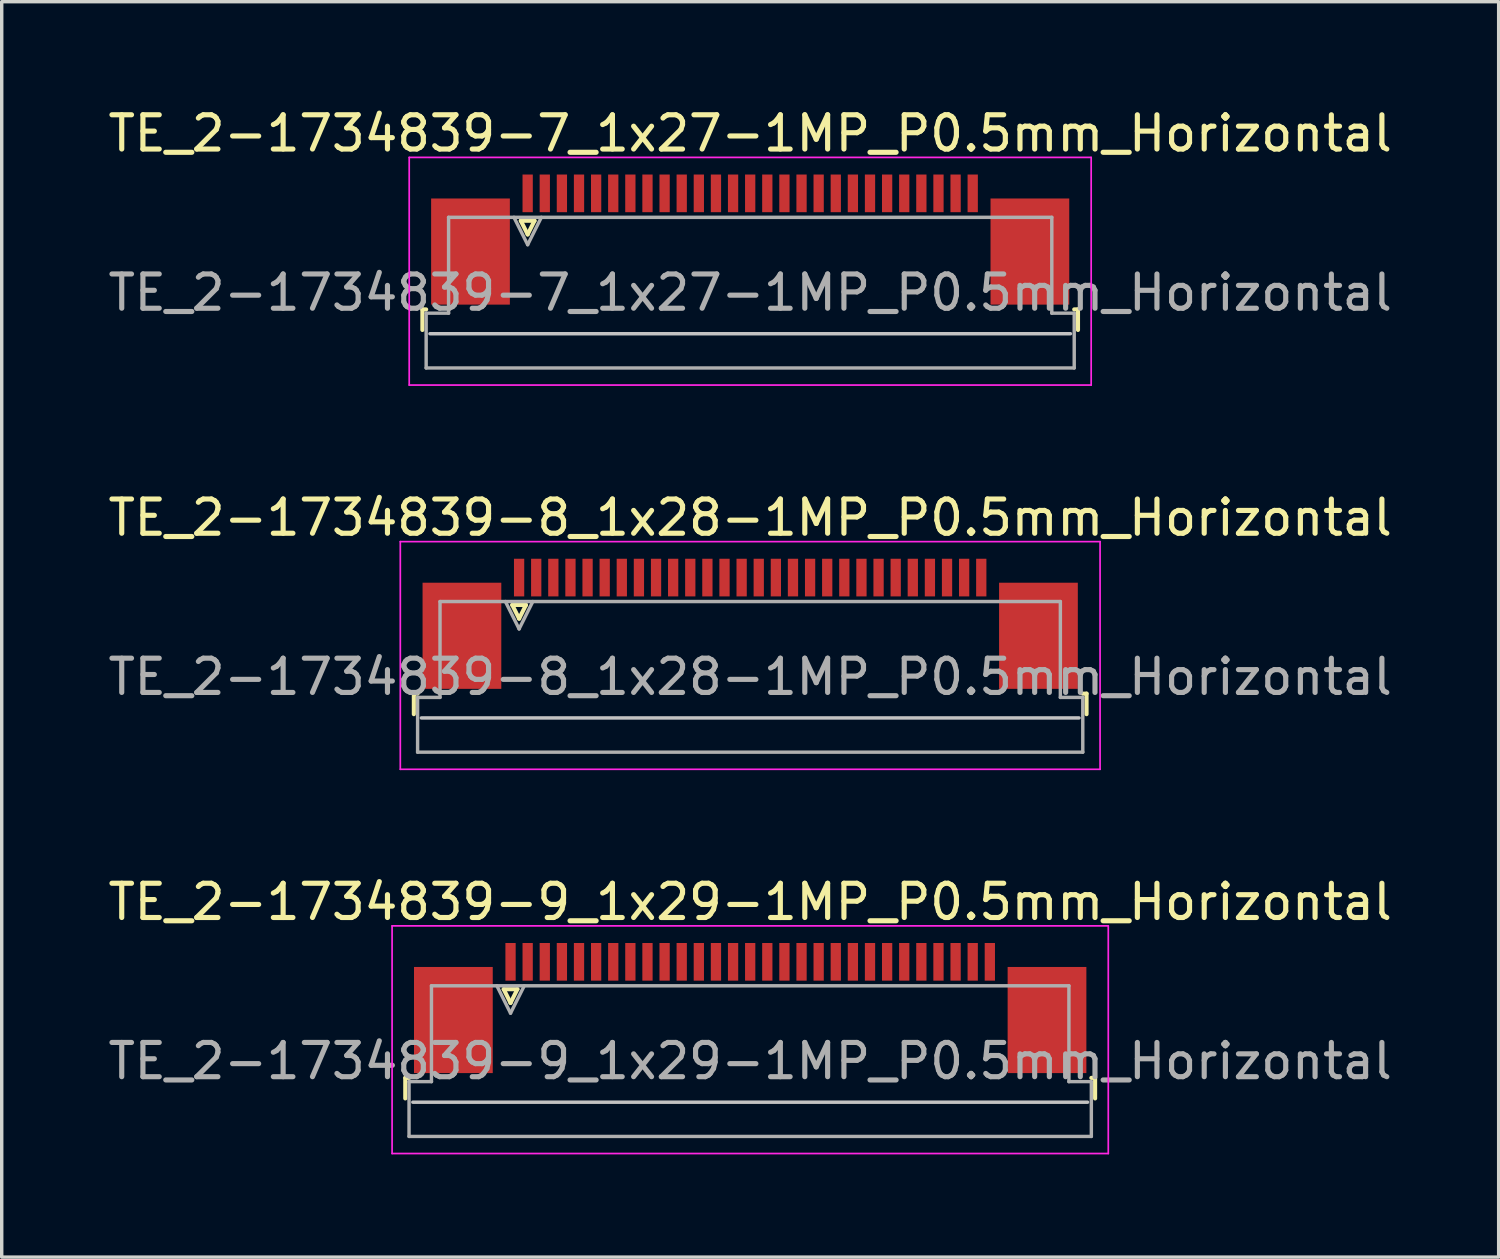
<source format=kicad_pcb>
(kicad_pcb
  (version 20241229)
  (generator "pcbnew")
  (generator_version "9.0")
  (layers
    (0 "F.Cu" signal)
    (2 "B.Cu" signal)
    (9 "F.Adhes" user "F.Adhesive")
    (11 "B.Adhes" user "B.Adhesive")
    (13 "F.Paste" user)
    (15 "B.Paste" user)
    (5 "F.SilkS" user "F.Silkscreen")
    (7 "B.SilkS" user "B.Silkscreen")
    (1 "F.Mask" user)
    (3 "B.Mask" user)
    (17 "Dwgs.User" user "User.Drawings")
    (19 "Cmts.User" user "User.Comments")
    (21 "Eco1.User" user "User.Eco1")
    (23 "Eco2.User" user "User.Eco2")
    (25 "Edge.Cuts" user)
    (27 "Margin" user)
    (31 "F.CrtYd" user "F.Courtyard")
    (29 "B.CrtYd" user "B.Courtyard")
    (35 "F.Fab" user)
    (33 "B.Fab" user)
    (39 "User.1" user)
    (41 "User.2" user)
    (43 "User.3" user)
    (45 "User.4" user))
  (footprint "TE_2-1734839-7_1x27-1MP_P0.5mm_Horizontal"
    (layer "F.Cu")
    (at 18.863 3.948)
    (property "Reference" "TE_2-1734839-7_1x27-1MP_P0.5mm_Horizontal" (at 0 -3.1 0) (layer "F.SilkS") (effects (font (size 1 1) (thickness 0.15))))
    (attr smd)
    (fp_line (start -9.575 2.04) (end -9.575 2.64) (stroke (width 0.12) (type solid)) (layer "F.SilkS"))
    (fp_line (start -9.465 2.04) (end -9.575 2.04) (stroke (width 0.12) (type solid)) (layer "F.SilkS"))
    (fp_line (start -6.7 -0.55) (end -6.5 -0.15) (stroke (width 0.12) (type solid)) (layer "F.SilkS"))
    (fp_line (start -6.5 -0.15) (end -6.3 -0.55) (stroke (width 0.12) (type solid)) (layer "F.SilkS"))
    (fp_line (start -6.3 -0.55) (end -6.7 -0.55) (stroke (width 0.12) (type solid)) (layer "F.SilkS"))
    (fp_line (start 9.465 2.04) (end 9.575 2.04) (stroke (width 0.12) (type solid)) (layer "F.SilkS"))
    (fp_line (start 9.575 2.04) (end 9.575 2.64) (stroke (width 0.12) (type solid)) (layer "F.SilkS"))
    (fp_line (start 9.355 2.75) (end -9.355 2.75) (stroke (width 0.1) (type solid)) (layer "Dwgs.User"))
    (fp_line (start -9.96 -2.4) (end -9.96 4.25) (stroke (width 0.05) (type solid)) (layer "F.CrtYd"))
    (fp_line (start -9.96 4.25) (end 9.96 4.25) (stroke (width 0.05) (type solid)) (layer "F.CrtYd"))
    (fp_line (start 9.96 -2.4) (end -9.96 -2.4) (stroke (width 0.05) (type solid)) (layer "F.CrtYd"))
    (fp_line (start 9.96 4.25) (end 9.96 -2.4) (stroke (width 0.05) (type solid)) (layer "F.CrtYd"))
    (fp_line (start -9.465 2.15) (end -8.81 2.15) (stroke (width 0.1) (type solid)) (layer "F.Fab"))
    (fp_line (start -9.465 3.75) (end -9.465 2.15) (stroke (width 0.1) (type solid)) (layer "F.Fab"))
    (fp_line (start -8.81 -0.65) (end 8.81 -0.65) (stroke (width 0.1) (type solid)) (layer "F.Fab"))
    (fp_line (start -8.81 2.15) (end -8.81 -0.65) (stroke (width 0.1) (type solid)) (layer "F.Fab"))
    (fp_line (start -6.9 -0.65) (end -6.5 0.15) (stroke (width 0.1) (type solid)) (layer "F.Fab"))
    (fp_line (start -6.5 0.15) (end -6.1 -0.65) (stroke (width 0.1) (type solid)) (layer "F.Fab"))
    (fp_line (start 8.81 -0.65) (end 8.81 2.15) (stroke (width 0.1) (type solid)) (layer "F.Fab"))
    (fp_line (start 8.81 2.15) (end 9.465 2.15) (stroke (width 0.1) (type solid)) (layer "F.Fab"))
    (fp_line (start 9.465 2.15) (end 9.465 3.75) (stroke (width 0.1) (type solid)) (layer "F.Fab"))
    (fp_line (start 9.465 3.75) (end -9.465 3.75) (stroke (width 0.1) (type solid)) (layer "F.Fab"))
    (fp_text user "${REFERENCE}" (at 0 1.55 0) (layer "F.Fab") (effects (font (size 1 1) (thickness 0.15))))
    (pad "1" smd rect (at -6.5 -1.35) (size 0.3 1.1) (layers "F.Cu" "F.Mask" "F.Paste"))
    (pad "2" smd rect (at -6 -1.35) (size 0.3 1.1) (layers "F.Cu" "F.Mask" "F.Paste"))
    (pad "3" smd rect (at -5.5 -1.35) (size 0.3 1.1) (layers "F.Cu" "F.Mask" "F.Paste"))
    (pad "4" smd rect (at -5 -1.35) (size 0.3 1.1) (layers "F.Cu" "F.Mask" "F.Paste"))
    (pad "5" smd rect (at -4.5 -1.35) (size 0.3 1.1) (layers "F.Cu" "F.Mask" "F.Paste"))
    (pad "6" smd rect (at -4 -1.35) (size 0.3 1.1) (layers "F.Cu" "F.Mask" "F.Paste"))
    (pad "7" smd rect (at -3.5 -1.35) (size 0.3 1.1) (layers "F.Cu" "F.Mask" "F.Paste"))
    (pad "8" smd rect (at -3 -1.35) (size 0.3 1.1) (layers "F.Cu" "F.Mask" "F.Paste"))
    (pad "9" smd rect (at -2.5 -1.35) (size 0.3 1.1) (layers "F.Cu" "F.Mask" "F.Paste"))
    (pad "10" smd rect (at -2 -1.35) (size 0.3 1.1) (layers "F.Cu" "F.Mask" "F.Paste"))
    (pad "11" smd rect (at -1.5 -1.35) (size 0.3 1.1) (layers "F.Cu" "F.Mask" "F.Paste"))
    (pad "12" smd rect (at -1 -1.35) (size 0.3 1.1) (layers "F.Cu" "F.Mask" "F.Paste"))
    (pad "13" smd rect (at -0.5 -1.35) (size 0.3 1.1) (layers "F.Cu" "F.Mask" "F.Paste"))
    (pad "14" smd rect (at 0 -1.35) (size 0.3 1.1) (layers "F.Cu" "F.Mask" "F.Paste"))
    (pad "15" smd rect (at 0.5 -1.35) (size 0.3 1.1) (layers "F.Cu" "F.Mask" "F.Paste"))
    (pad "16" smd rect (at 1 -1.35) (size 0.3 1.1) (layers "F.Cu" "F.Mask" "F.Paste"))
    (pad "17" smd rect (at 1.5 -1.35) (size 0.3 1.1) (layers "F.Cu" "F.Mask" "F.Paste"))
    (pad "18" smd rect (at 2 -1.35) (size 0.3 1.1) (layers "F.Cu" "F.Mask" "F.Paste"))
    (pad "19" smd rect (at 2.5 -1.35) (size 0.3 1.1) (layers "F.Cu" "F.Mask" "F.Paste"))
    (pad "20" smd rect (at 3 -1.35) (size 0.3 1.1) (layers "F.Cu" "F.Mask" "F.Paste"))
    (pad "21" smd rect (at 3.5 -1.35) (size 0.3 1.1) (layers "F.Cu" "F.Mask" "F.Paste"))
    (pad "22" smd rect (at 4 -1.35) (size 0.3 1.1) (layers "F.Cu" "F.Mask" "F.Paste"))
    (pad "23" smd rect (at 4.5 -1.35) (size 0.3 1.1) (layers "F.Cu" "F.Mask" "F.Paste"))
    (pad "24" smd rect (at 5 -1.35) (size 0.3 1.1) (layers "F.Cu" "F.Mask" "F.Paste"))
    (pad "25" smd rect (at 5.5 -1.35) (size 0.3 1.1) (layers "F.Cu" "F.Mask" "F.Paste"))
    (pad "26" smd rect (at 6 -1.35) (size 0.3 1.1) (layers "F.Cu" "F.Mask" "F.Paste"))
    (pad "27" smd rect (at 6.5 -1.35) (size 0.3 1.1) (layers "F.Cu" "F.Mask" "F.Paste"))
    (pad "MP" smd rect (at -8.17 0.35) (size 2.3 3.1) (layers "F.Cu" "F.Mask" "F.Paste"))
    (pad "MP" smd rect (at 8.17 0.35) (size 2.3 3.1) (layers "F.Cu" "F.Mask" "F.Paste")))
  (footprint "TE_2-1734839-8_1x28-1MP_P0.5mm_Horizontal"
    (layer "F.Cu")
    (at 18.863 15.171)
    (property "Reference" "TE_2-1734839-8_1x28-1MP_P0.5mm_Horizontal" (at 0 -3.1 0) (layer "F.SilkS") (effects (font (size 1 1) (thickness 0.15))))
    (attr smd)
    (fp_line (start -9.825 2.04) (end -9.825 2.64) (stroke (width 0.12) (type solid)) (layer "F.SilkS"))
    (fp_line (start -9.715 2.04) (end -9.825 2.04) (stroke (width 0.12) (type solid)) (layer "F.SilkS"))
    (fp_line (start -6.95 -0.55) (end -6.75 -0.15) (stroke (width 0.12) (type solid)) (layer "F.SilkS"))
    (fp_line (start -6.75 -0.15) (end -6.55 -0.55) (stroke (width 0.12) (type solid)) (layer "F.SilkS"))
    (fp_line (start -6.55 -0.55) (end -6.95 -0.55) (stroke (width 0.12) (type solid)) (layer "F.SilkS"))
    (fp_line (start 9.715 2.04) (end 9.825 2.04) (stroke (width 0.12) (type solid)) (layer "F.SilkS"))
    (fp_line (start 9.825 2.04) (end 9.825 2.64) (stroke (width 0.12) (type solid)) (layer "F.SilkS"))
    (fp_line (start 9.605 2.75) (end -9.605 2.75) (stroke (width 0.1) (type solid)) (layer "Dwgs.User"))
    (fp_line (start -10.22 -2.4) (end -10.22 4.25) (stroke (width 0.05) (type solid)) (layer "F.CrtYd"))
    (fp_line (start -10.22 4.25) (end 10.22 4.25) (stroke (width 0.05) (type solid)) (layer "F.CrtYd"))
    (fp_line (start 10.22 -2.4) (end -10.22 -2.4) (stroke (width 0.05) (type solid)) (layer "F.CrtYd"))
    (fp_line (start 10.22 4.25) (end 10.22 -2.4) (stroke (width 0.05) (type solid)) (layer "F.CrtYd"))
    (fp_line (start -9.715 2.15) (end -9.06 2.15) (stroke (width 0.1) (type solid)) (layer "F.Fab"))
    (fp_line (start -9.715 3.75) (end -9.715 2.15) (stroke (width 0.1) (type solid)) (layer "F.Fab"))
    (fp_line (start -9.06 -0.65) (end 9.06 -0.65) (stroke (width 0.1) (type solid)) (layer "F.Fab"))
    (fp_line (start -9.06 2.15) (end -9.06 -0.65) (stroke (width 0.1) (type solid)) (layer "F.Fab"))
    (fp_line (start -7.15 -0.65) (end -6.75 0.15) (stroke (width 0.1) (type solid)) (layer "F.Fab"))
    (fp_line (start -6.75 0.15) (end -6.35 -0.65) (stroke (width 0.1) (type solid)) (layer "F.Fab"))
    (fp_line (start 9.06 -0.65) (end 9.06 2.15) (stroke (width 0.1) (type solid)) (layer "F.Fab"))
    (fp_line (start 9.06 2.15) (end 9.715 2.15) (stroke (width 0.1) (type solid)) (layer "F.Fab"))
    (fp_line (start 9.715 2.15) (end 9.715 3.75) (stroke (width 0.1) (type solid)) (layer "F.Fab"))
    (fp_line (start 9.715 3.75) (end -9.715 3.75) (stroke (width 0.1) (type solid)) (layer "F.Fab"))
    (fp_text user "${REFERENCE}" (at 0 1.55 0) (layer "F.Fab") (effects (font (size 1 1) (thickness 0.15))))
    (pad "1" smd rect (at -6.75 -1.35) (size 0.3 1.1) (layers "F.Cu" "F.Mask" "F.Paste"))
    (pad "2" smd rect (at -6.25 -1.35) (size 0.3 1.1) (layers "F.Cu" "F.Mask" "F.Paste"))
    (pad "3" smd rect (at -5.75 -1.35) (size 0.3 1.1) (layers "F.Cu" "F.Mask" "F.Paste"))
    (pad "4" smd rect (at -5.25 -1.35) (size 0.3 1.1) (layers "F.Cu" "F.Mask" "F.Paste"))
    (pad "5" smd rect (at -4.75 -1.35) (size 0.3 1.1) (layers "F.Cu" "F.Mask" "F.Paste"))
    (pad "6" smd rect (at -4.25 -1.35) (size 0.3 1.1) (layers "F.Cu" "F.Mask" "F.Paste"))
    (pad "7" smd rect (at -3.75 -1.35) (size 0.3 1.1) (layers "F.Cu" "F.Mask" "F.Paste"))
    (pad "8" smd rect (at -3.25 -1.35) (size 0.3 1.1) (layers "F.Cu" "F.Mask" "F.Paste"))
    (pad "9" smd rect (at -2.75 -1.35) (size 0.3 1.1) (layers "F.Cu" "F.Mask" "F.Paste"))
    (pad "10" smd rect (at -2.25 -1.35) (size 0.3 1.1) (layers "F.Cu" "F.Mask" "F.Paste"))
    (pad "11" smd rect (at -1.75 -1.35) (size 0.3 1.1) (layers "F.Cu" "F.Mask" "F.Paste"))
    (pad "12" smd rect (at -1.25 -1.35) (size 0.3 1.1) (layers "F.Cu" "F.Mask" "F.Paste"))
    (pad "13" smd rect (at -0.75 -1.35) (size 0.3 1.1) (layers "F.Cu" "F.Mask" "F.Paste"))
    (pad "14" smd rect (at -0.25 -1.35) (size 0.3 1.1) (layers "F.Cu" "F.Mask" "F.Paste"))
    (pad "15" smd rect (at 0.25 -1.35) (size 0.3 1.1) (layers "F.Cu" "F.Mask" "F.Paste"))
    (pad "16" smd rect (at 0.75 -1.35) (size 0.3 1.1) (layers "F.Cu" "F.Mask" "F.Paste"))
    (pad "17" smd rect (at 1.25 -1.35) (size 0.3 1.1) (layers "F.Cu" "F.Mask" "F.Paste"))
    (pad "18" smd rect (at 1.75 -1.35) (size 0.3 1.1) (layers "F.Cu" "F.Mask" "F.Paste"))
    (pad "19" smd rect (at 2.25 -1.35) (size 0.3 1.1) (layers "F.Cu" "F.Mask" "F.Paste"))
    (pad "20" smd rect (at 2.75 -1.35) (size 0.3 1.1) (layers "F.Cu" "F.Mask" "F.Paste"))
    (pad "21" smd rect (at 3.25 -1.35) (size 0.3 1.1) (layers "F.Cu" "F.Mask" "F.Paste"))
    (pad "22" smd rect (at 3.75 -1.35) (size 0.3 1.1) (layers "F.Cu" "F.Mask" "F.Paste"))
    (pad "23" smd rect (at 4.25 -1.35) (size 0.3 1.1) (layers "F.Cu" "F.Mask" "F.Paste"))
    (pad "24" smd rect (at 4.75 -1.35) (size 0.3 1.1) (layers "F.Cu" "F.Mask" "F.Paste"))
    (pad "25" smd rect (at 5.25 -1.35) (size 0.3 1.1) (layers "F.Cu" "F.Mask" "F.Paste"))
    (pad "26" smd rect (at 5.75 -1.35) (size 0.3 1.1) (layers "F.Cu" "F.Mask" "F.Paste"))
    (pad "27" smd rect (at 6.25 -1.35) (size 0.3 1.1) (layers "F.Cu" "F.Mask" "F.Paste"))
    (pad "28" smd rect (at 6.75 -1.35) (size 0.3 1.1) (layers "F.Cu" "F.Mask" "F.Paste"))
    (pad "MP" smd rect (at -8.42 0.35) (size 2.3 3.1) (layers "F.Cu" "F.Mask" "F.Paste"))
    (pad "MP" smd rect (at 8.42 0.35) (size 2.3 3.1) (layers "F.Cu" "F.Mask" "F.Paste")))
  (footprint "TE_2-1734839-9_1x29-1MP_P0.5mm_Horizontal"
    (layer "F.Cu")
    (at 18.863 26.395)
    (property "Reference" "TE_2-1734839-9_1x29-1MP_P0.5mm_Horizontal" (at 0 -3.1 0) (layer "F.SilkS") (effects (font (size 1 1) (thickness 0.15))))
    (attr smd)
    (fp_line (start -10.075 2.04) (end -10.075 2.64) (stroke (width 0.12) (type solid)) (layer "F.SilkS"))
    (fp_line (start -9.965 2.04) (end -10.075 2.04) (stroke (width 0.12) (type solid)) (layer "F.SilkS"))
    (fp_line (start -7.2 -0.55) (end -7 -0.15) (stroke (width 0.12) (type solid)) (layer "F.SilkS"))
    (fp_line (start -7 -0.15) (end -6.8 -0.55) (stroke (width 0.12) (type solid)) (layer "F.SilkS"))
    (fp_line (start -6.8 -0.55) (end -7.2 -0.55) (stroke (width 0.12) (type solid)) (layer "F.SilkS"))
    (fp_line (start 9.965 2.04) (end 10.075 2.04) (stroke (width 0.12) (type solid)) (layer "F.SilkS"))
    (fp_line (start 10.075 2.04) (end 10.075 2.64) (stroke (width 0.12) (type solid)) (layer "F.SilkS"))
    (fp_line (start 9.855 2.75) (end -9.855 2.75) (stroke (width 0.1) (type solid)) (layer "Dwgs.User"))
    (fp_line (start -10.46 -2.4) (end -10.46 4.25) (stroke (width 0.05) (type solid)) (layer "F.CrtYd"))
    (fp_line (start -10.46 4.25) (end 10.46 4.25) (stroke (width 0.05) (type solid)) (layer "F.CrtYd"))
    (fp_line (start 10.46 -2.4) (end -10.46 -2.4) (stroke (width 0.05) (type solid)) (layer "F.CrtYd"))
    (fp_line (start 10.46 4.25) (end 10.46 -2.4) (stroke (width 0.05) (type solid)) (layer "F.CrtYd"))
    (fp_line (start -9.965 2.15) (end -9.31 2.15) (stroke (width 0.1) (type solid)) (layer "F.Fab"))
    (fp_line (start -9.965 3.75) (end -9.965 2.15) (stroke (width 0.1) (type solid)) (layer "F.Fab"))
    (fp_line (start -9.31 -0.65) (end 9.31 -0.65) (stroke (width 0.1) (type solid)) (layer "F.Fab"))
    (fp_line (start -9.31 2.15) (end -9.31 -0.65) (stroke (width 0.1) (type solid)) (layer "F.Fab"))
    (fp_line (start -7.4 -0.65) (end -7 0.15) (stroke (width 0.1) (type solid)) (layer "F.Fab"))
    (fp_line (start -7 0.15) (end -6.6 -0.65) (stroke (width 0.1) (type solid)) (layer "F.Fab"))
    (fp_line (start 9.31 -0.65) (end 9.31 2.15) (stroke (width 0.1) (type solid)) (layer "F.Fab"))
    (fp_line (start 9.31 2.15) (end 9.965 2.15) (stroke (width 0.1) (type solid)) (layer "F.Fab"))
    (fp_line (start 9.965 2.15) (end 9.965 3.75) (stroke (width 0.1) (type solid)) (layer "F.Fab"))
    (fp_line (start 9.965 3.75) (end -9.965 3.75) (stroke (width 0.1) (type solid)) (layer "F.Fab"))
    (fp_text user "${REFERENCE}" (at 0 1.55 0) (layer "F.Fab") (effects (font (size 1 1) (thickness 0.15))))
    (pad "1" smd rect (at -7 -1.35) (size 0.3 1.1) (layers "F.Cu" "F.Mask" "F.Paste"))
    (pad "2" smd rect (at -6.5 -1.35) (size 0.3 1.1) (layers "F.Cu" "F.Mask" "F.Paste"))
    (pad "3" smd rect (at -6 -1.35) (size 0.3 1.1) (layers "F.Cu" "F.Mask" "F.Paste"))
    (pad "4" smd rect (at -5.5 -1.35) (size 0.3 1.1) (layers "F.Cu" "F.Mask" "F.Paste"))
    (pad "5" smd rect (at -5 -1.35) (size 0.3 1.1) (layers "F.Cu" "F.Mask" "F.Paste"))
    (pad "6" smd rect (at -4.5 -1.35) (size 0.3 1.1) (layers "F.Cu" "F.Mask" "F.Paste"))
    (pad "7" smd rect (at -4 -1.35) (size 0.3 1.1) (layers "F.Cu" "F.Mask" "F.Paste"))
    (pad "8" smd rect (at -3.5 -1.35) (size 0.3 1.1) (layers "F.Cu" "F.Mask" "F.Paste"))
    (pad "9" smd rect (at -3 -1.35) (size 0.3 1.1) (layers "F.Cu" "F.Mask" "F.Paste"))
    (pad "10" smd rect (at -2.5 -1.35) (size 0.3 1.1) (layers "F.Cu" "F.Mask" "F.Paste"))
    (pad "11" smd rect (at -2 -1.35) (size 0.3 1.1) (layers "F.Cu" "F.Mask" "F.Paste"))
    (pad "12" smd rect (at -1.5 -1.35) (size 0.3 1.1) (layers "F.Cu" "F.Mask" "F.Paste"))
    (pad "13" smd rect (at -1 -1.35) (size 0.3 1.1) (layers "F.Cu" "F.Mask" "F.Paste"))
    (pad "14" smd rect (at -0.5 -1.35) (size 0.3 1.1) (layers "F.Cu" "F.Mask" "F.Paste"))
    (pad "15" smd rect (at 0 -1.35) (size 0.3 1.1) (layers "F.Cu" "F.Mask" "F.Paste"))
    (pad "16" smd rect (at 0.5 -1.35) (size 0.3 1.1) (layers "F.Cu" "F.Mask" "F.Paste"))
    (pad "17" smd rect (at 1 -1.35) (size 0.3 1.1) (layers "F.Cu" "F.Mask" "F.Paste"))
    (pad "18" smd rect (at 1.5 -1.35) (size 0.3 1.1) (layers "F.Cu" "F.Mask" "F.Paste"))
    (pad "19" smd rect (at 2 -1.35) (size 0.3 1.1) (layers "F.Cu" "F.Mask" "F.Paste"))
    (pad "20" smd rect (at 2.5 -1.35) (size 0.3 1.1) (layers "F.Cu" "F.Mask" "F.Paste"))
    (pad "21" smd rect (at 3 -1.35) (size 0.3 1.1) (layers "F.Cu" "F.Mask" "F.Paste"))
    (pad "22" smd rect (at 3.5 -1.35) (size 0.3 1.1) (layers "F.Cu" "F.Mask" "F.Paste"))
    (pad "23" smd rect (at 4 -1.35) (size 0.3 1.1) (layers "F.Cu" "F.Mask" "F.Paste"))
    (pad "24" smd rect (at 4.5 -1.35) (size 0.3 1.1) (layers "F.Cu" "F.Mask" "F.Paste"))
    (pad "25" smd rect (at 5 -1.35) (size 0.3 1.1) (layers "F.Cu" "F.Mask" "F.Paste"))
    (pad "26" smd rect (at 5.5 -1.35) (size 0.3 1.1) (layers "F.Cu" "F.Mask" "F.Paste"))
    (pad "27" smd rect (at 6 -1.35) (size 0.3 1.1) (layers "F.Cu" "F.Mask" "F.Paste"))
    (pad "28" smd rect (at 6.5 -1.35) (size 0.3 1.1) (layers "F.Cu" "F.Mask" "F.Paste"))
    (pad "29" smd rect (at 7 -1.35) (size 0.3 1.1) (layers "F.Cu" "F.Mask" "F.Paste"))
    (pad "MP" smd rect (at -8.67 0.35) (size 2.3 3.1) (layers "F.Cu" "F.Mask" "F.Paste"))
    (pad "MP" smd rect (at 8.67 0.35) (size 2.3 3.1) (layers "F.Cu" "F.Mask" "F.Paste")))
  (gr_rect
    (start -3 -3)
    (end 40.726 33.67)
    (stroke (width 0.1) (type default))
    (fill no)
    (layer "Edge.Cuts")))
</source>
